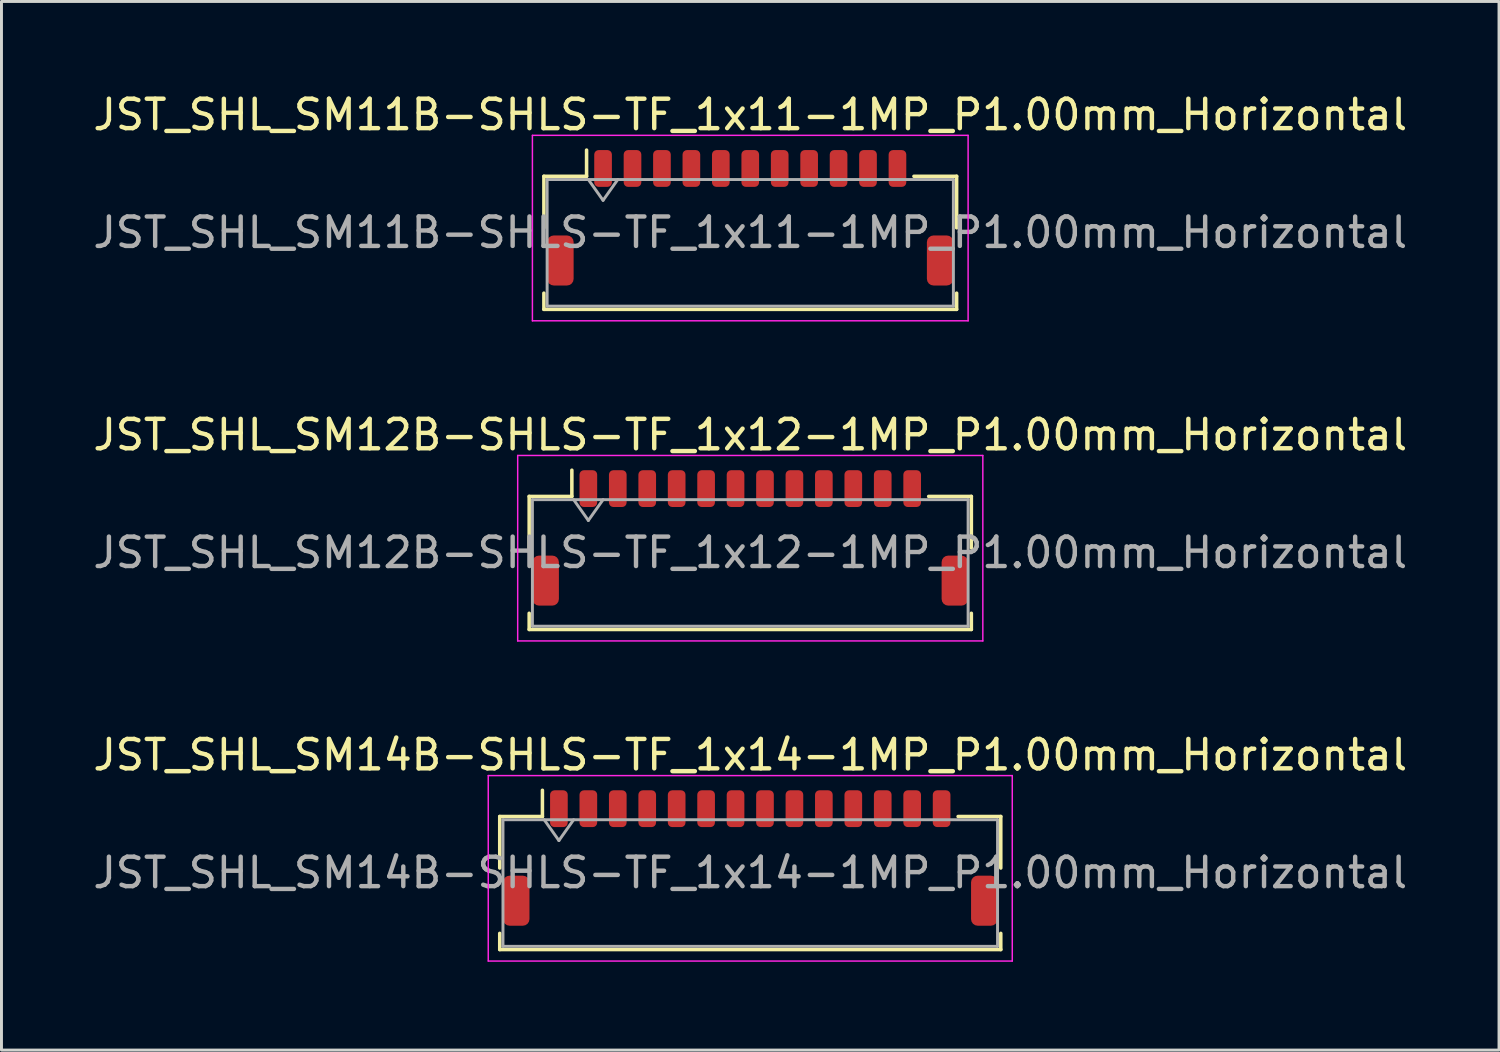
<source format=kicad_pcb>
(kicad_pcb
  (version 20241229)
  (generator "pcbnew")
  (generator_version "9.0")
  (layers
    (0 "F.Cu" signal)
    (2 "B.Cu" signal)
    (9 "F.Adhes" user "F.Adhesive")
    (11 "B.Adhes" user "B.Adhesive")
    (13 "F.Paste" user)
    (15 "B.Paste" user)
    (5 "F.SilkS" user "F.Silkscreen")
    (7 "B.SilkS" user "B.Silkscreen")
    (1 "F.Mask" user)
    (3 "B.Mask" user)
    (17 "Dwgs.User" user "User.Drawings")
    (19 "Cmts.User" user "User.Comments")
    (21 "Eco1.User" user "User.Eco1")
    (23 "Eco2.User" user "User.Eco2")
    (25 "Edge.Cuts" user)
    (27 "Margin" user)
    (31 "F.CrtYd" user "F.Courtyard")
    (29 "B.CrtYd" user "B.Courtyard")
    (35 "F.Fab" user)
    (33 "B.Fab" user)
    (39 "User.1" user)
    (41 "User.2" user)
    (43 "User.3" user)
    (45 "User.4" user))
  (footprint "JST_SHL_SM14B-SHLS-TF_1x14-1MP_P1.00mm_Horizontal"
    (layer "F.Cu")
    (at 22.435 26.095)
    (property "Reference" "JST_SHL_SM14B-SHLS-TF_1x14-1MP_P1.00mm_Horizontal" (at 0 -3.5 0) (layer "F.SilkS") (effects (font (size 1 1) (thickness 0.15))))
    (attr smd)
    (fp_line (start -8.51 -1.41) (end -7.06 -1.41) (stroke (width 0.12) (type solid)) (layer "F.SilkS"))
    (fp_line (start -8.51 0.34) (end -8.51 -1.41) (stroke (width 0.12) (type solid)) (layer "F.SilkS"))
    (fp_line (start -8.51 2.56) (end -8.51 3.11) (stroke (width 0.12) (type solid)) (layer "F.SilkS"))
    (fp_line (start -8.51 3.11) (end 8.51 3.11) (stroke (width 0.12) (type solid)) (layer "F.SilkS"))
    (fp_line (start -7.06 -1.41) (end -7.06 -2.3) (stroke (width 0.12) (type solid)) (layer "F.SilkS"))
    (fp_line (start 8.51 -1.41) (end 7.06 -1.41) (stroke (width 0.12) (type solid)) (layer "F.SilkS"))
    (fp_line (start 8.51 0.34) (end 8.51 -1.41) (stroke (width 0.12) (type solid)) (layer "F.SilkS"))
    (fp_line (start 8.51 3.11) (end 8.51 2.56) (stroke (width 0.12) (type solid)) (layer "F.SilkS"))
    (fp_line (start -8.9 -2.8) (end -8.9 3.5) (stroke (width 0.05) (type solid)) (layer "F.CrtYd"))
    (fp_line (start -8.9 3.5) (end 8.9 3.5) (stroke (width 0.05) (type solid)) (layer "F.CrtYd"))
    (fp_line (start 8.9 -2.8) (end -8.9 -2.8) (stroke (width 0.05) (type solid)) (layer "F.CrtYd"))
    (fp_line (start 8.9 3.5) (end 8.9 -2.8) (stroke (width 0.05) (type solid)) (layer "F.CrtYd"))
    (fp_line (start -8.4 -1.3) (end -8.4 3) (stroke (width 0.1) (type solid)) (layer "F.Fab"))
    (fp_line (start -8.4 -1.3) (end 8.4 -1.3) (stroke (width 0.1) (type solid)) (layer "F.Fab"))
    (fp_line (start -8.4 3) (end 8.4 3) (stroke (width 0.1) (type solid)) (layer "F.Fab"))
    (fp_line (start -7 -1.3) (end -6.5 -0.593) (stroke (width 0.1) (type solid)) (layer "F.Fab"))
    (fp_line (start -6.5 -0.593) (end -6 -1.3) (stroke (width 0.1) (type solid)) (layer "F.Fab"))
    (fp_line (start 8.4 -1.3) (end 8.4 3) (stroke (width 0.1) (type solid)) (layer "F.Fab"))
    (fp_text user "${REFERENCE}" (at 0 0.5 0) (layer "F.Fab") (effects (font (size 1 1) (thickness 0.15))))
    (pad "1" smd roundrect (at -6.5 -1.675) (size 0.6 1.25) (layers "F.Cu" "F.Mask" "F.Paste") (roundrect_rratio 0.25))
    (pad "2" smd roundrect (at -5.5 -1.675) (size 0.6 1.25) (layers "F.Cu" "F.Mask" "F.Paste") (roundrect_rratio 0.25))
    (pad "3" smd roundrect (at -4.5 -1.675) (size 0.6 1.25) (layers "F.Cu" "F.Mask" "F.Paste") (roundrect_rratio 0.25))
    (pad "4" smd roundrect (at -3.5 -1.675) (size 0.6 1.25) (layers "F.Cu" "F.Mask" "F.Paste") (roundrect_rratio 0.25))
    (pad "5" smd roundrect (at -2.5 -1.675) (size 0.6 1.25) (layers "F.Cu" "F.Mask" "F.Paste") (roundrect_rratio 0.25))
    (pad "6" smd roundrect (at -1.5 -1.675) (size 0.6 1.25) (layers "F.Cu" "F.Mask" "F.Paste") (roundrect_rratio 0.25))
    (pad "7" smd roundrect (at -0.5 -1.675) (size 0.6 1.25) (layers "F.Cu" "F.Mask" "F.Paste") (roundrect_rratio 0.25))
    (pad "8" smd roundrect (at 0.5 -1.675) (size 0.6 1.25) (layers "F.Cu" "F.Mask" "F.Paste") (roundrect_rratio 0.25))
    (pad "9" smd roundrect (at 1.5 -1.675) (size 0.6 1.25) (layers "F.Cu" "F.Mask" "F.Paste") (roundrect_rratio 0.25))
    (pad "10" smd roundrect (at 2.5 -1.675) (size 0.6 1.25) (layers "F.Cu" "F.Mask" "F.Paste") (roundrect_rratio 0.25))
    (pad "11" smd roundrect (at 3.5 -1.675) (size 0.6 1.25) (layers "F.Cu" "F.Mask" "F.Paste") (roundrect_rratio 0.25))
    (pad "12" smd roundrect (at 4.5 -1.675) (size 0.6 1.25) (layers "F.Cu" "F.Mask" "F.Paste") (roundrect_rratio 0.25))
    (pad "13" smd roundrect (at 5.5 -1.675) (size 0.6 1.25) (layers "F.Cu" "F.Mask" "F.Paste") (roundrect_rratio 0.25))
    (pad "14" smd roundrect (at 6.5 -1.675) (size 0.6 1.25) (layers "F.Cu" "F.Mask" "F.Paste") (roundrect_rratio 0.25))
    (pad "MP" smd roundrect (at -7.95 1.45) (size 0.9 1.7) (layers "F.Cu" "F.Mask" "F.Paste") (roundrect_rratio 0.25))
    (pad "MP" smd roundrect (at 7.95 1.45) (size 0.9 1.7) (layers "F.Cu" "F.Mask" "F.Paste") (roundrect_rratio 0.25)))
  (footprint "JST_SHL_SM12B-SHLS-TF_1x12-1MP_P1.00mm_Horizontal"
    (layer "F.Cu")
    (at 22.435 15.222)
    (property "Reference" "JST_SHL_SM12B-SHLS-TF_1x12-1MP_P1.00mm_Horizontal" (at 0 -3.5 0) (layer "F.SilkS") (effects (font (size 1 1) (thickness 0.15))))
    (attr smd)
    (fp_line (start -7.51 -1.41) (end -6.06 -1.41) (stroke (width 0.12) (type solid)) (layer "F.SilkS"))
    (fp_line (start -7.51 0.34) (end -7.51 -1.41) (stroke (width 0.12) (type solid)) (layer "F.SilkS"))
    (fp_line (start -7.51 2.56) (end -7.51 3.11) (stroke (width 0.12) (type solid)) (layer "F.SilkS"))
    (fp_line (start -7.51 3.11) (end 7.51 3.11) (stroke (width 0.12) (type solid)) (layer "F.SilkS"))
    (fp_line (start -6.06 -1.41) (end -6.06 -2.3) (stroke (width 0.12) (type solid)) (layer "F.SilkS"))
    (fp_line (start 7.51 -1.41) (end 6.06 -1.41) (stroke (width 0.12) (type solid)) (layer "F.SilkS"))
    (fp_line (start 7.51 0.34) (end 7.51 -1.41) (stroke (width 0.12) (type solid)) (layer "F.SilkS"))
    (fp_line (start 7.51 3.11) (end 7.51 2.56) (stroke (width 0.12) (type solid)) (layer "F.SilkS"))
    (fp_line (start -7.9 -2.8) (end -7.9 3.5) (stroke (width 0.05) (type solid)) (layer "F.CrtYd"))
    (fp_line (start -7.9 3.5) (end 7.9 3.5) (stroke (width 0.05) (type solid)) (layer "F.CrtYd"))
    (fp_line (start 7.9 -2.8) (end -7.9 -2.8) (stroke (width 0.05) (type solid)) (layer "F.CrtYd"))
    (fp_line (start 7.9 3.5) (end 7.9 -2.8) (stroke (width 0.05) (type solid)) (layer "F.CrtYd"))
    (fp_line (start -7.4 -1.3) (end -7.4 3) (stroke (width 0.1) (type solid)) (layer "F.Fab"))
    (fp_line (start -7.4 -1.3) (end 7.4 -1.3) (stroke (width 0.1) (type solid)) (layer "F.Fab"))
    (fp_line (start -7.4 3) (end 7.4 3) (stroke (width 0.1) (type solid)) (layer "F.Fab"))
    (fp_line (start -6 -1.3) (end -5.5 -0.593) (stroke (width 0.1) (type solid)) (layer "F.Fab"))
    (fp_line (start -5.5 -0.593) (end -5 -1.3) (stroke (width 0.1) (type solid)) (layer "F.Fab"))
    (fp_line (start 7.4 -1.3) (end 7.4 3) (stroke (width 0.1) (type solid)) (layer "F.Fab"))
    (fp_text user "${REFERENCE}" (at 0 0.5 0) (layer "F.Fab") (effects (font (size 1 1) (thickness 0.15))))
    (pad "1" smd roundrect (at -5.5 -1.675) (size 0.6 1.25) (layers "F.Cu" "F.Mask" "F.Paste") (roundrect_rratio 0.25))
    (pad "2" smd roundrect (at -4.5 -1.675) (size 0.6 1.25) (layers "F.Cu" "F.Mask" "F.Paste") (roundrect_rratio 0.25))
    (pad "3" smd roundrect (at -3.5 -1.675) (size 0.6 1.25) (layers "F.Cu" "F.Mask" "F.Paste") (roundrect_rratio 0.25))
    (pad "4" smd roundrect (at -2.5 -1.675) (size 0.6 1.25) (layers "F.Cu" "F.Mask" "F.Paste") (roundrect_rratio 0.25))
    (pad "5" smd roundrect (at -1.5 -1.675) (size 0.6 1.25) (layers "F.Cu" "F.Mask" "F.Paste") (roundrect_rratio 0.25))
    (pad "6" smd roundrect (at -0.5 -1.675) (size 0.6 1.25) (layers "F.Cu" "F.Mask" "F.Paste") (roundrect_rratio 0.25))
    (pad "7" smd roundrect (at 0.5 -1.675) (size 0.6 1.25) (layers "F.Cu" "F.Mask" "F.Paste") (roundrect_rratio 0.25))
    (pad "8" smd roundrect (at 1.5 -1.675) (size 0.6 1.25) (layers "F.Cu" "F.Mask" "F.Paste") (roundrect_rratio 0.25))
    (pad "9" smd roundrect (at 2.5 -1.675) (size 0.6 1.25) (layers "F.Cu" "F.Mask" "F.Paste") (roundrect_rratio 0.25))
    (pad "10" smd roundrect (at 3.5 -1.675) (size 0.6 1.25) (layers "F.Cu" "F.Mask" "F.Paste") (roundrect_rratio 0.25))
    (pad "11" smd roundrect (at 4.5 -1.675) (size 0.6 1.25) (layers "F.Cu" "F.Mask" "F.Paste") (roundrect_rratio 0.25))
    (pad "12" smd roundrect (at 5.5 -1.675) (size 0.6 1.25) (layers "F.Cu" "F.Mask" "F.Paste") (roundrect_rratio 0.25))
    (pad "MP" smd roundrect (at -6.95 1.45) (size 0.9 1.7) (layers "F.Cu" "F.Mask" "F.Paste") (roundrect_rratio 0.25))
    (pad "MP" smd roundrect (at 6.95 1.45) (size 0.9 1.7) (layers "F.Cu" "F.Mask" "F.Paste") (roundrect_rratio 0.25)))
  (footprint "JST_SHL_SM11B-SHLS-TF_1x11-1MP_P1.00mm_Horizontal"
    (layer "F.Cu")
    (at 22.435 4.348)
    (property "Reference" "JST_SHL_SM11B-SHLS-TF_1x11-1MP_P1.00mm_Horizontal" (at 0 -3.5 0) (layer "F.SilkS") (effects (font (size 1 1) (thickness 0.15))))
    (attr smd)
    (fp_line (start -7.01 -1.41) (end -5.56 -1.41) (stroke (width 0.12) (type solid)) (layer "F.SilkS"))
    (fp_line (start -7.01 0.34) (end -7.01 -1.41) (stroke (width 0.12) (type solid)) (layer "F.SilkS"))
    (fp_line (start -7.01 2.56) (end -7.01 3.11) (stroke (width 0.12) (type solid)) (layer "F.SilkS"))
    (fp_line (start -7.01 3.11) (end 7.01 3.11) (stroke (width 0.12) (type solid)) (layer "F.SilkS"))
    (fp_line (start -5.56 -1.41) (end -5.56 -2.3) (stroke (width 0.12) (type solid)) (layer "F.SilkS"))
    (fp_line (start 7.01 -1.41) (end 5.56 -1.41) (stroke (width 0.12) (type solid)) (layer "F.SilkS"))
    (fp_line (start 7.01 0.34) (end 7.01 -1.41) (stroke (width 0.12) (type solid)) (layer "F.SilkS"))
    (fp_line (start 7.01 3.11) (end 7.01 2.56) (stroke (width 0.12) (type solid)) (layer "F.SilkS"))
    (fp_line (start -7.4 -2.8) (end -7.4 3.5) (stroke (width 0.05) (type solid)) (layer "F.CrtYd"))
    (fp_line (start -7.4 3.5) (end 7.4 3.5) (stroke (width 0.05) (type solid)) (layer "F.CrtYd"))
    (fp_line (start 7.4 -2.8) (end -7.4 -2.8) (stroke (width 0.05) (type solid)) (layer "F.CrtYd"))
    (fp_line (start 7.4 3.5) (end 7.4 -2.8) (stroke (width 0.05) (type solid)) (layer "F.CrtYd"))
    (fp_line (start -6.9 -1.3) (end -6.9 3) (stroke (width 0.1) (type solid)) (layer "F.Fab"))
    (fp_line (start -6.9 -1.3) (end 6.9 -1.3) (stroke (width 0.1) (type solid)) (layer "F.Fab"))
    (fp_line (start -6.9 3) (end 6.9 3) (stroke (width 0.1) (type solid)) (layer "F.Fab"))
    (fp_line (start -5.5 -1.3) (end -5 -0.593) (stroke (width 0.1) (type solid)) (layer "F.Fab"))
    (fp_line (start -5 -0.593) (end -4.5 -1.3) (stroke (width 0.1) (type solid)) (layer "F.Fab"))
    (fp_line (start 6.9 -1.3) (end 6.9 3) (stroke (width 0.1) (type solid)) (layer "F.Fab"))
    (fp_text user "${REFERENCE}" (at 0 0.5 0) (layer "F.Fab") (effects (font (size 1 1) (thickness 0.15))))
    (pad "1" smd roundrect (at -5 -1.675) (size 0.6 1.25) (layers "F.Cu" "F.Mask" "F.Paste") (roundrect_rratio 0.25))
    (pad "2" smd roundrect (at -4 -1.675) (size 0.6 1.25) (layers "F.Cu" "F.Mask" "F.Paste") (roundrect_rratio 0.25))
    (pad "3" smd roundrect (at -3 -1.675) (size 0.6 1.25) (layers "F.Cu" "F.Mask" "F.Paste") (roundrect_rratio 0.25))
    (pad "4" smd roundrect (at -2 -1.675) (size 0.6 1.25) (layers "F.Cu" "F.Mask" "F.Paste") (roundrect_rratio 0.25))
    (pad "5" smd roundrect (at -1 -1.675) (size 0.6 1.25) (layers "F.Cu" "F.Mask" "F.Paste") (roundrect_rratio 0.25))
    (pad "6" smd roundrect (at 0 -1.675) (size 0.6 1.25) (layers "F.Cu" "F.Mask" "F.Paste") (roundrect_rratio 0.25))
    (pad "7" smd roundrect (at 1 -1.675) (size 0.6 1.25) (layers "F.Cu" "F.Mask" "F.Paste") (roundrect_rratio 0.25))
    (pad "8" smd roundrect (at 2 -1.675) (size 0.6 1.25) (layers "F.Cu" "F.Mask" "F.Paste") (roundrect_rratio 0.25))
    (pad "9" smd roundrect (at 3 -1.675) (size 0.6 1.25) (layers "F.Cu" "F.Mask" "F.Paste") (roundrect_rratio 0.25))
    (pad "10" smd roundrect (at 4 -1.675) (size 0.6 1.25) (layers "F.Cu" "F.Mask" "F.Paste") (roundrect_rratio 0.25))
    (pad "11" smd roundrect (at 5 -1.675) (size 0.6 1.25) (layers "F.Cu" "F.Mask" "F.Paste") (roundrect_rratio 0.25))
    (pad "MP" smd roundrect (at -6.45 1.45) (size 0.9 1.7) (layers "F.Cu" "F.Mask" "F.Paste") (roundrect_rratio 0.25))
    (pad "MP" smd roundrect (at 6.45 1.45) (size 0.9 1.7) (layers "F.Cu" "F.Mask" "F.Paste") (roundrect_rratio 0.25)))
  (gr_rect
    (start -3 -3)
    (end 47.869 32.62)
    (stroke (width 0.1) (type default))
    (fill no)
    (layer "Edge.Cuts")))
</source>
